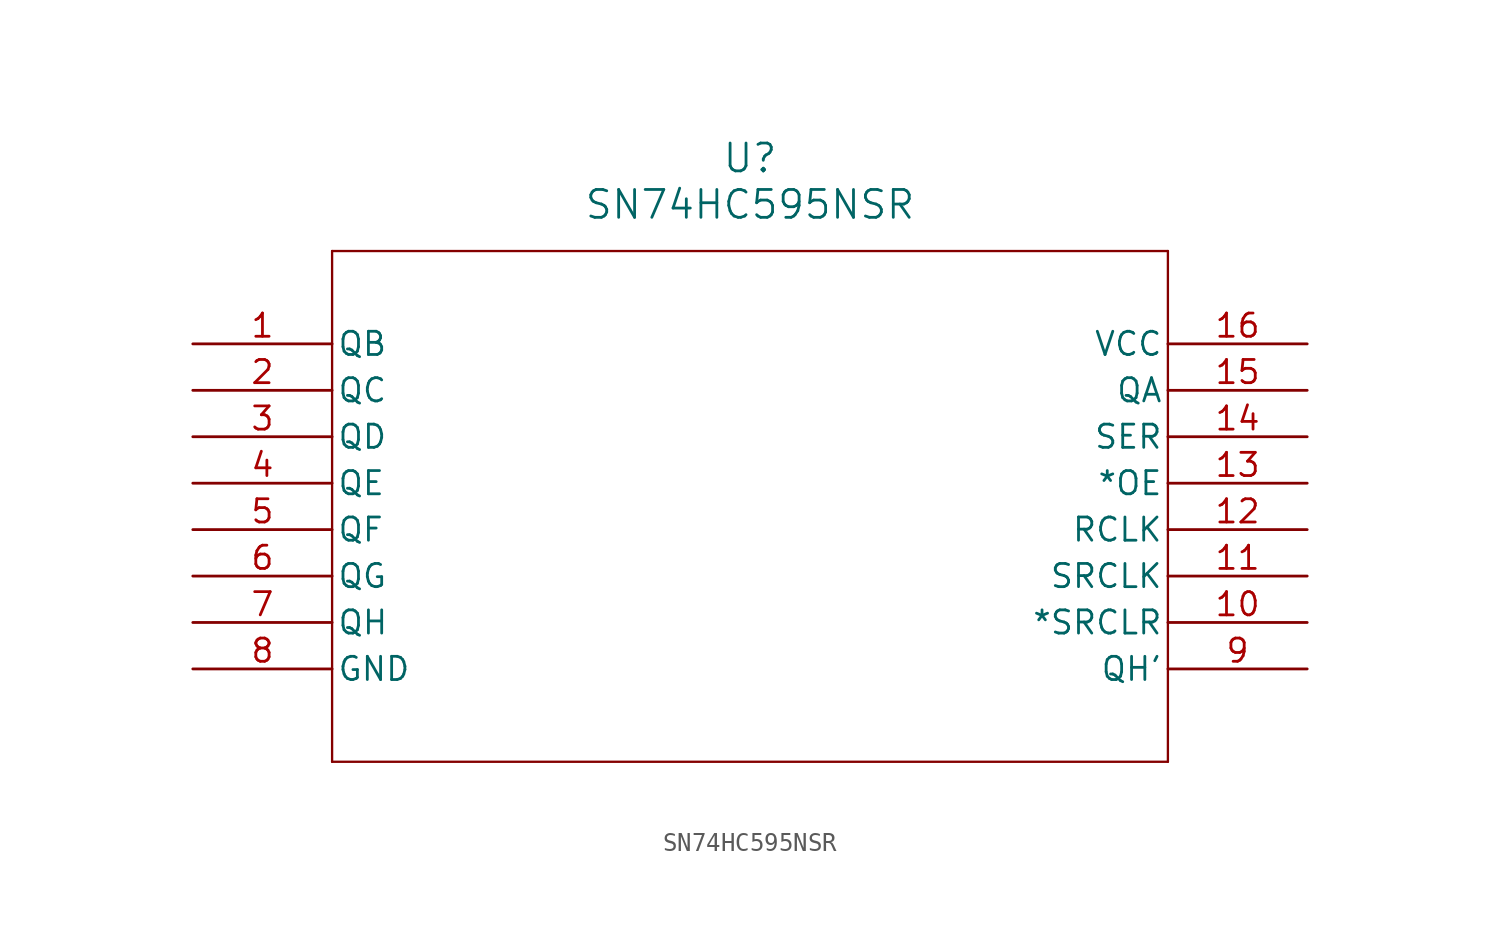
<source format=kicad_sym>
(kicad_symbol_lib
  (version 20211014)
  (generator kicad_symbol_editor)
  (symbol "SN74HC595NSR"
    (pin_names
      (offset 0.254))
    (property "Reference" "U"
      (at 30.48 10.16 0)
      (effects (font (size 1.524 1.524))))
    (property "Value" "SN74HC595NSR"
      (at 30.48 7.62 0)
      (effects (font (size 1.524 1.524))))
    (symbol "SN74HC595NSR_0_1"
      (polyline (pts (xy 7.62 5.08) (xy 7.62 -22.86)) (stroke (width 0.127) (type default) (color 0 0 0 0)) (fill (type none)))
      (polyline (pts (xy 7.62 -22.86) (xy 53.34 -22.86)) (stroke (width 0.127) (type default) (color 0 0 0 0)) (fill (type none)))
      (polyline (pts (xy 53.34 -22.86) (xy 53.34 5.08)) (stroke (width 0.127) (type default) (color 0 0 0 0)) (fill (type none)))
      (polyline (pts (xy 53.34 5.08) (xy 7.62 5.08)) (stroke (width 0.127) (type default) (color 0 0 0 0)) (fill (type none)))
      (pin output line (at 0 0 0) (length 7.62) (name "QB" (effects (font (size 1.27 1.27)))) (number "1" (effects (font (size 1.27 1.27)))))
      (pin output line (at 0 -2.54 0) (length 7.62) (name "QC" (effects (font (size 1.27 1.27)))) (number "2" (effects (font (size 1.27 1.27)))))
      (pin output line (at 0 -5.08 0) (length 7.62) (name "QD" (effects (font (size 1.27 1.27)))) (number "3" (effects (font (size 1.27 1.27)))))
      (pin output line (at 0 -7.62 0) (length 7.62) (name "QE" (effects (font (size 1.27 1.27)))) (number "4" (effects (font (size 1.27 1.27)))))
      (pin output line (at 0 -10.16 0) (length 7.62) (name "QF" (effects (font (size 1.27 1.27)))) (number "5" (effects (font (size 1.27 1.27)))))
      (pin output line (at 0 -12.7 0) (length 7.62) (name "QG" (effects (font (size 1.27 1.27)))) (number "6" (effects (font (size 1.27 1.27)))))
      (pin output line (at 0 -15.24 0) (length 7.62) (name "QH" (effects (font (size 1.27 1.27)))) (number "7" (effects (font (size 1.27 1.27)))))
      (pin power_in line (at 0 -17.78 0) (length 7.62) (name "GND" (effects (font (size 1.27 1.27)))) (number "8" (effects (font (size 1.27 1.27)))))
      (pin output line (at 60.96 -17.78 180) (length 7.62) (name "QH'" (effects (font (size 1.27 1.27)))) (number "9" (effects (font (size 1.27 1.27)))))
      (pin input line (at 60.96 -15.24 180) (length 7.62) (name "*SRCLR" (effects (font (size 1.27 1.27)))) (number "10" (effects (font (size 1.27 1.27)))))
      (pin input line (at 60.96 -12.7 180) (length 7.62) (name "SRCLK" (effects (font (size 1.27 1.27)))) (number "11" (effects (font (size 1.27 1.27)))))
      (pin input line (at 60.96 -10.16 180) (length 7.62) (name "RCLK" (effects (font (size 1.27 1.27)))) (number "12" (effects (font (size 1.27 1.27)))))
      (pin input line (at 60.96 -7.62 180) (length 7.62) (name "*OE" (effects (font (size 1.27 1.27)))) (number "13" (effects (font (size 1.27 1.27)))))
      (pin input line (at 60.96 -5.08 180) (length 7.62) (name "SER" (effects (font (size 1.27 1.27)))) (number "14" (effects (font (size 1.27 1.27)))))
      (pin output line (at 60.96 -2.54 180) (length 7.62) (name "QA" (effects (font (size 1.27 1.27)))) (number "15" (effects (font (size 1.27 1.27)))))
      (pin power_in line (at 60.96 0 180) (length 7.62) (name "VCC" (effects (font (size 1.27 1.27)))) (number "16" (effects (font (size 1.27 1.27))))))))
</source>
